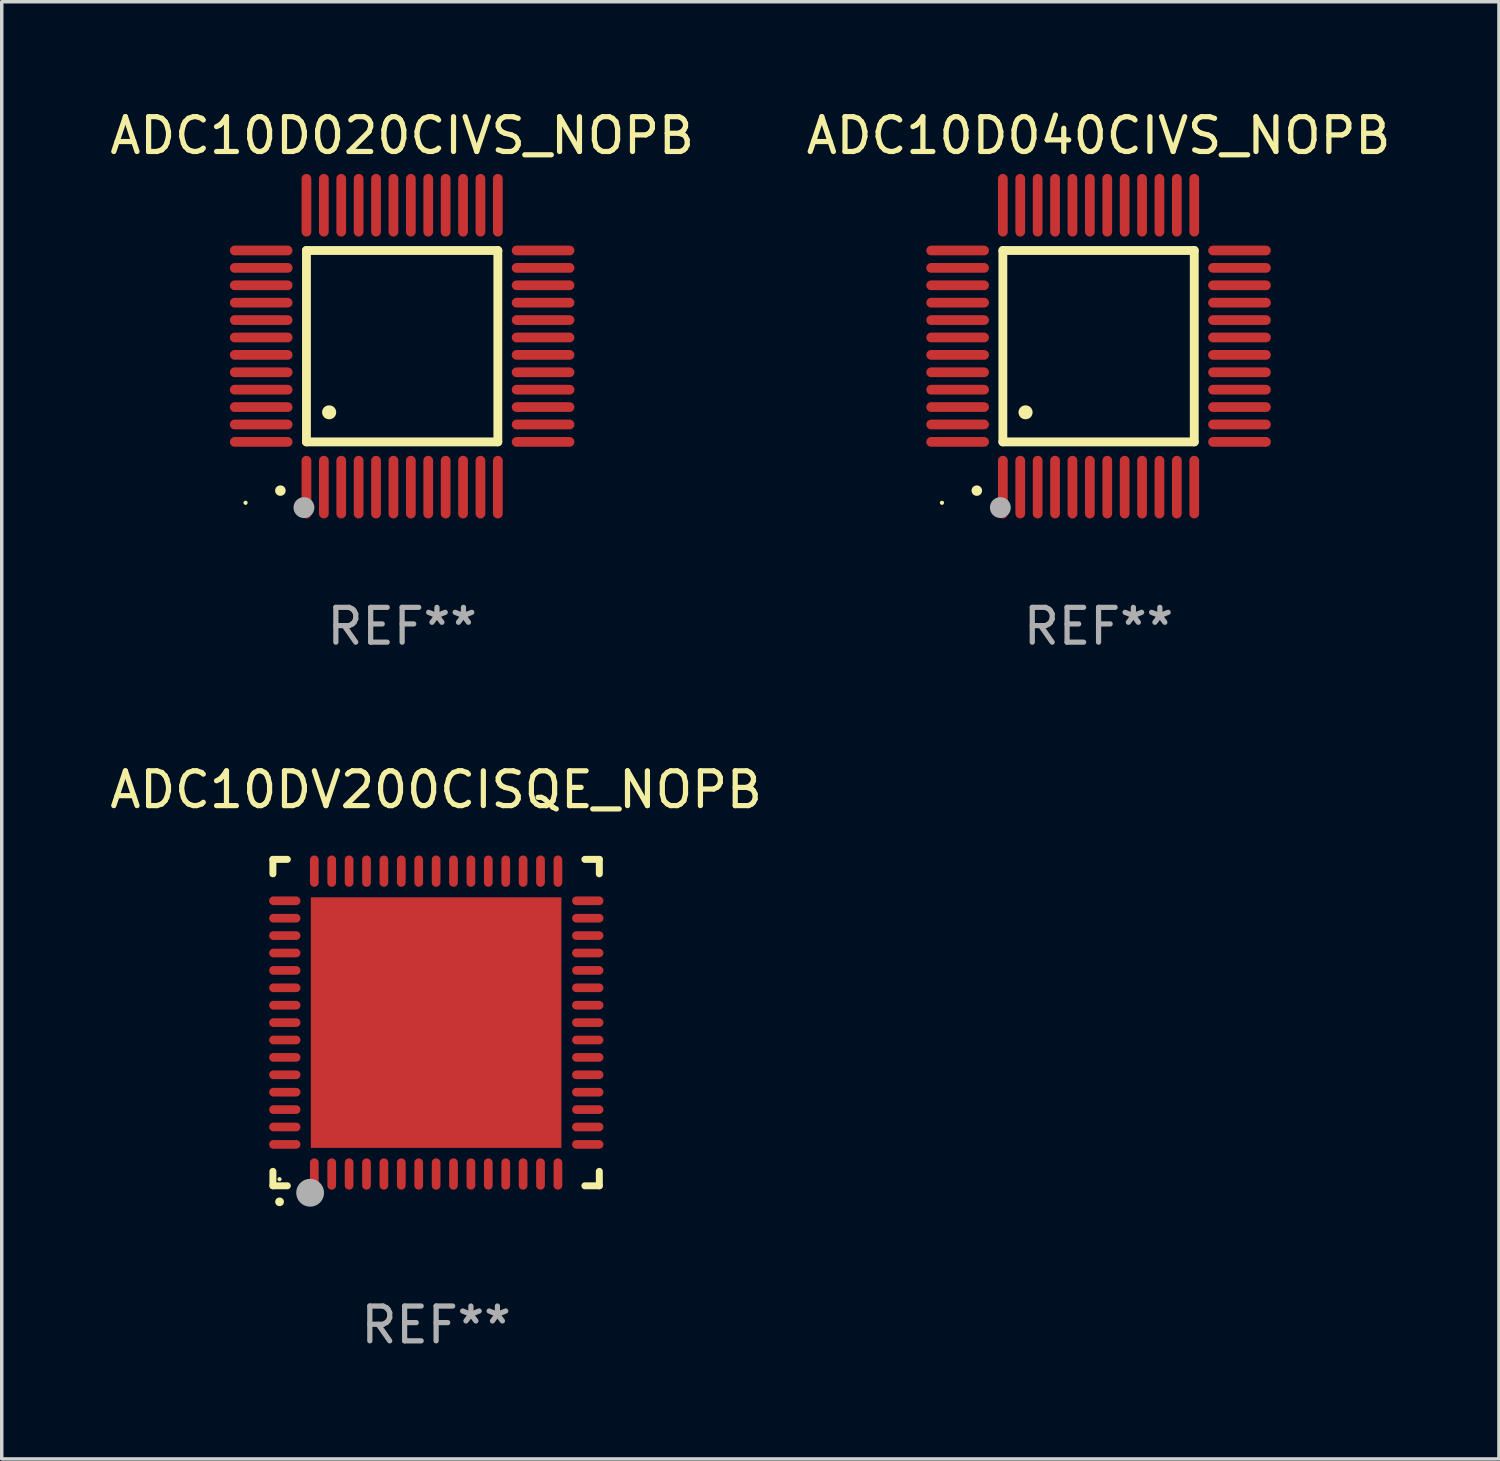
<source format=kicad_pcb>
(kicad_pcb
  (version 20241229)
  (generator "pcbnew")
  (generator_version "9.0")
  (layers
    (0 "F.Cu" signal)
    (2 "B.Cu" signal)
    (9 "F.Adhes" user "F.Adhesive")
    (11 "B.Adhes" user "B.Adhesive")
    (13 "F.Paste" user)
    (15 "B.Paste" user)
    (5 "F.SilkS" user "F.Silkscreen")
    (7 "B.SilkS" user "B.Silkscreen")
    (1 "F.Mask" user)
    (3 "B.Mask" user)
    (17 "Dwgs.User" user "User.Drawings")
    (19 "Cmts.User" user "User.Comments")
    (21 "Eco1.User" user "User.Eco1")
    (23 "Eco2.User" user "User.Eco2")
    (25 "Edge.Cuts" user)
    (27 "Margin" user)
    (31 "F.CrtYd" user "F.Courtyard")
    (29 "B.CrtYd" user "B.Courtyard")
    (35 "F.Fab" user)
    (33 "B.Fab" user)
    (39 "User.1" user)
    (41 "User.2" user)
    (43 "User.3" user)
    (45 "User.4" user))
  (footprint "ADC10D020CIVS_NOPB"
    (layer "F.Cu")
    (at 8.506 6.898)
    (property "Reference" "ADC10D020CIVS_NOPB" (at 0 -6.05 0) (layer "F.SilkS") (effects (font (size 1 1) (thickness 0.15))))
    (attr through_hole)
    (fp_line (start -2.75 -2.75) (end 2.75 -2.75) (stroke (width 0.254) (type solid)) (layer "F.SilkS"))
    (fp_line (start -2.75 2.75) (end -2.75 -2.75) (stroke (width 0.254) (type solid)) (layer "F.SilkS"))
    (fp_line (start 2.75 -2.75) (end 2.75 2.75) (stroke (width 0.254) (type solid)) (layer "F.SilkS"))
    (fp_line (start 2.75 2.75) (end -2.75 2.75) (stroke (width 0.254) (type solid)) (layer "F.SilkS"))
    (fp_arc (start -3.500127 4.150368) (mid -3.498857 4.150363) (end -3.497587 4.150368) (stroke (width 0.3) (type solid)) (layer "F.SilkS"))
    (fp_arc (start -2.100584 1.899924) (mid -2.098044 1.899908) (end -2.095504 1.899924) (stroke (width 0.4) (type solid)) (layer "F.SilkS"))
    (fp_circle (center -4.5 4.5) (end -4.47 4.5) (stroke (width 0.06) (type solid)) (fill no) (layer "F.SilkS"))
    (fp_circle (center -2.822 4.638) (end -2.672 4.638) (stroke (width 0.3) (type solid)) (fill no) (layer "F.Fab"))
    (fp_text user "REF**" (at 0 8.05 0) (layer "F.Fab") (effects (font (size 1 1) (thickness 0.15))))
    (pad "1" smd oval (at -2.75 4.05) (size 0.28 1.8) (layers "F.Cu" "F.Mask" "F.Paste"))
    (pad "2" smd oval (at -2.25 4.05) (size 0.28 1.8) (layers "F.Cu" "F.Mask" "F.Paste"))
    (pad "3" smd oval (at -1.75 4.05) (size 0.28 1.8) (layers "F.Cu" "F.Mask" "F.Paste"))
    (pad "4" smd oval (at -1.25 4.05) (size 0.28 1.8) (layers "F.Cu" "F.Mask" "F.Paste"))
    (pad "5" smd oval (at -0.75 4.05) (size 0.28 1.8) (layers "F.Cu" "F.Mask" "F.Paste"))
    (pad "6" smd oval (at -0.25 4.05) (size 0.28 1.8) (layers "F.Cu" "F.Mask" "F.Paste"))
    (pad "7" smd oval (at 0.25 4.05) (size 0.28 1.8) (layers "F.Cu" "F.Mask" "F.Paste"))
    (pad "8" smd oval (at 0.75 4.05) (size 0.28 1.8) (layers "F.Cu" "F.Mask" "F.Paste"))
    (pad "9" smd oval (at 1.25 4.05) (size 0.28 1.8) (layers "F.Cu" "F.Mask" "F.Paste"))
    (pad "10" smd oval (at 1.75 4.05) (size 0.28 1.8) (layers "F.Cu" "F.Mask" "F.Paste"))
    (pad "11" smd oval (at 2.25 4.05) (size 0.28 1.8) (layers "F.Cu" "F.Mask" "F.Paste"))
    (pad "12" smd oval (at 2.75 4.05) (size 0.28 1.8) (layers "F.Cu" "F.Mask" "F.Paste"))
    (pad "13" smd oval (at 4.05 2.75) (size 1.8 0.28) (layers "F.Cu" "F.Mask" "F.Paste"))
    (pad "14" smd oval (at 4.05 2.25) (size 1.8 0.28) (layers "F.Cu" "F.Mask" "F.Paste"))
    (pad "15" smd oval (at 4.05 1.75) (size 1.8 0.28) (layers "F.Cu" "F.Mask" "F.Paste"))
    (pad "16" smd oval (at 4.05 1.25) (size 1.8 0.28) (layers "F.Cu" "F.Mask" "F.Paste"))
    (pad "17" smd oval (at 4.05 0.75) (size 1.8 0.28) (layers "F.Cu" "F.Mask" "F.Paste"))
    (pad "18" smd oval (at 4.05 0.25) (size 1.8 0.28) (layers "F.Cu" "F.Mask" "F.Paste"))
    (pad "19" smd oval (at 4.05 -0.25) (size 1.8 0.28) (layers "F.Cu" "F.Mask" "F.Paste"))
    (pad "20" smd oval (at 4.05 -0.75) (size 1.8 0.28) (layers "F.Cu" "F.Mask" "F.Paste"))
    (pad "21" smd oval (at 4.05 -1.25) (size 1.8 0.28) (layers "F.Cu" "F.Mask" "F.Paste"))
    (pad "22" smd oval (at 4.05 -1.75) (size 1.8 0.28) (layers "F.Cu" "F.Mask" "F.Paste"))
    (pad "23" smd oval (at 4.05 -2.25) (size 1.8 0.28) (layers "F.Cu" "F.Mask" "F.Paste"))
    (pad "24" smd oval (at 4.05 -2.75) (size 1.8 0.28) (layers "F.Cu" "F.Mask" "F.Paste"))
    (pad "25" smd oval (at 2.75 -4.05) (size 0.28 1.8) (layers "F.Cu" "F.Mask" "F.Paste"))
    (pad "26" smd oval (at 2.25 -4.05) (size 0.28 1.8) (layers "F.Cu" "F.Mask" "F.Paste"))
    (pad "27" smd oval (at 1.75 -4.05) (size 0.28 1.8) (layers "F.Cu" "F.Mask" "F.Paste"))
    (pad "28" smd oval (at 1.25 -4.05) (size 0.28 1.8) (layers "F.Cu" "F.Mask" "F.Paste"))
    (pad "29" smd oval (at 0.75 -4.05) (size 0.28 1.8) (layers "F.Cu" "F.Mask" "F.Paste"))
    (pad "30" smd oval (at 0.25 -4.05) (size 0.28 1.8) (layers "F.Cu" "F.Mask" "F.Paste"))
    (pad "31" smd oval (at -0.25 -4.05) (size 0.28 1.8) (layers "F.Cu" "F.Mask" "F.Paste"))
    (pad "32" smd oval (at -0.75 -4.05) (size 0.28 1.8) (layers "F.Cu" "F.Mask" "F.Paste"))
    (pad "33" smd oval (at -1.25 -4.05) (size 0.28 1.8) (layers "F.Cu" "F.Mask" "F.Paste"))
    (pad "34" smd oval (at -1.75 -4.05) (size 0.28 1.8) (layers "F.Cu" "F.Mask" "F.Paste"))
    (pad "35" smd oval (at -2.25 -4.05) (size 0.28 1.8) (layers "F.Cu" "F.Mask" "F.Paste"))
    (pad "36" smd oval (at -2.75 -4.05) (size 0.28 1.8) (layers "F.Cu" "F.Mask" "F.Paste"))
    (pad "37" smd oval (at -4.05 -2.75) (size 1.8 0.28) (layers "F.Cu" "F.Mask" "F.Paste"))
    (pad "38" smd oval (at -4.05 -2.25) (size 1.8 0.28) (layers "F.Cu" "F.Mask" "F.Paste"))
    (pad "39" smd oval (at -4.05 -1.75) (size 1.8 0.28) (layers "F.Cu" "F.Mask" "F.Paste"))
    (pad "40" smd oval (at -4.05 -1.25) (size 1.8 0.28) (layers "F.Cu" "F.Mask" "F.Paste"))
    (pad "41" smd oval (at -4.05 -0.75) (size 1.8 0.28) (layers "F.Cu" "F.Mask" "F.Paste"))
    (pad "42" smd oval (at -4.05 -0.25) (size 1.8 0.28) (layers "F.Cu" "F.Mask" "F.Paste"))
    (pad "43" smd oval (at -4.05 0.25) (size 1.8 0.28) (layers "F.Cu" "F.Mask" "F.Paste"))
    (pad "44" smd oval (at -4.05 0.75) (size 1.8 0.28) (layers "F.Cu" "F.Mask" "F.Paste"))
    (pad "45" smd oval (at -4.05 1.25) (size 1.8 0.28) (layers "F.Cu" "F.Mask" "F.Paste"))
    (pad "46" smd oval (at -4.05 1.75) (size 1.8 0.28) (layers "F.Cu" "F.Mask" "F.Paste"))
    (pad "47" smd oval (at -4.05 2.25) (size 1.8 0.28) (layers "F.Cu" "F.Mask" "F.Paste"))
    (pad "48" smd oval (at -4.05 2.75) (size 1.8 0.28) (layers "F.Cu" "F.Mask" "F.Paste")))
  (footprint "ADC10D040CIVS_NOPB"
    (layer "F.Cu")
    (at 28.518 6.898)
    (property "Reference" "ADC10D040CIVS_NOPB" (at 0 -6.05 0) (layer "F.SilkS") (effects (font (size 1 1) (thickness 0.15))))
    (attr through_hole)
    (fp_line (start -2.75 -2.75) (end 2.75 -2.75) (stroke (width 0.254) (type solid)) (layer "F.SilkS"))
    (fp_line (start -2.75 2.75) (end -2.75 -2.75) (stroke (width 0.254) (type solid)) (layer "F.SilkS"))
    (fp_line (start 2.75 -2.75) (end 2.75 2.75) (stroke (width 0.254) (type solid)) (layer "F.SilkS"))
    (fp_line (start 2.75 2.75) (end -2.75 2.75) (stroke (width 0.254) (type solid)) (layer "F.SilkS"))
    (fp_arc (start -3.500127 4.150368) (mid -3.498857 4.150363) (end -3.497587 4.150368) (stroke (width 0.3) (type solid)) (layer "F.SilkS"))
    (fp_arc (start -2.100584 1.899924) (mid -2.098044 1.899908) (end -2.095504 1.899924) (stroke (width 0.4) (type solid)) (layer "F.SilkS"))
    (fp_circle (center -4.5 4.5) (end -4.47 4.5) (stroke (width 0.06) (type solid)) (fill no) (layer "F.SilkS"))
    (fp_circle (center -2.822 4.638) (end -2.672 4.638) (stroke (width 0.3) (type solid)) (fill no) (layer "F.Fab"))
    (fp_text user "REF**" (at 0 8.05 0) (layer "F.Fab") (effects (font (size 1 1) (thickness 0.15))))
    (pad "1" smd oval (at -2.75 4.05) (size 0.28 1.8) (layers "F.Cu" "F.Mask" "F.Paste"))
    (pad "2" smd oval (at -2.25 4.05) (size 0.28 1.8) (layers "F.Cu" "F.Mask" "F.Paste"))
    (pad "3" smd oval (at -1.75 4.05) (size 0.28 1.8) (layers "F.Cu" "F.Mask" "F.Paste"))
    (pad "4" smd oval (at -1.25 4.05) (size 0.28 1.8) (layers "F.Cu" "F.Mask" "F.Paste"))
    (pad "5" smd oval (at -0.75 4.05) (size 0.28 1.8) (layers "F.Cu" "F.Mask" "F.Paste"))
    (pad "6" smd oval (at -0.25 4.05) (size 0.28 1.8) (layers "F.Cu" "F.Mask" "F.Paste"))
    (pad "7" smd oval (at 0.25 4.05) (size 0.28 1.8) (layers "F.Cu" "F.Mask" "F.Paste"))
    (pad "8" smd oval (at 0.75 4.05) (size 0.28 1.8) (layers "F.Cu" "F.Mask" "F.Paste"))
    (pad "9" smd oval (at 1.25 4.05) (size 0.28 1.8) (layers "F.Cu" "F.Mask" "F.Paste"))
    (pad "10" smd oval (at 1.75 4.05) (size 0.28 1.8) (layers "F.Cu" "F.Mask" "F.Paste"))
    (pad "11" smd oval (at 2.25 4.05) (size 0.28 1.8) (layers "F.Cu" "F.Mask" "F.Paste"))
    (pad "12" smd oval (at 2.75 4.05) (size 0.28 1.8) (layers "F.Cu" "F.Mask" "F.Paste"))
    (pad "13" smd oval (at 4.05 2.75) (size 1.8 0.28) (layers "F.Cu" "F.Mask" "F.Paste"))
    (pad "14" smd oval (at 4.05 2.25) (size 1.8 0.28) (layers "F.Cu" "F.Mask" "F.Paste"))
    (pad "15" smd oval (at 4.05 1.75) (size 1.8 0.28) (layers "F.Cu" "F.Mask" "F.Paste"))
    (pad "16" smd oval (at 4.05 1.25) (size 1.8 0.28) (layers "F.Cu" "F.Mask" "F.Paste"))
    (pad "17" smd oval (at 4.05 0.75) (size 1.8 0.28) (layers "F.Cu" "F.Mask" "F.Paste"))
    (pad "18" smd oval (at 4.05 0.25) (size 1.8 0.28) (layers "F.Cu" "F.Mask" "F.Paste"))
    (pad "19" smd oval (at 4.05 -0.25) (size 1.8 0.28) (layers "F.Cu" "F.Mask" "F.Paste"))
    (pad "20" smd oval (at 4.05 -0.75) (size 1.8 0.28) (layers "F.Cu" "F.Mask" "F.Paste"))
    (pad "21" smd oval (at 4.05 -1.25) (size 1.8 0.28) (layers "F.Cu" "F.Mask" "F.Paste"))
    (pad "22" smd oval (at 4.05 -1.75) (size 1.8 0.28) (layers "F.Cu" "F.Mask" "F.Paste"))
    (pad "23" smd oval (at 4.05 -2.25) (size 1.8 0.28) (layers "F.Cu" "F.Mask" "F.Paste"))
    (pad "24" smd oval (at 4.05 -2.75) (size 1.8 0.28) (layers "F.Cu" "F.Mask" "F.Paste"))
    (pad "25" smd oval (at 2.75 -4.05) (size 0.28 1.8) (layers "F.Cu" "F.Mask" "F.Paste"))
    (pad "26" smd oval (at 2.25 -4.05) (size 0.28 1.8) (layers "F.Cu" "F.Mask" "F.Paste"))
    (pad "27" smd oval (at 1.75 -4.05) (size 0.28 1.8) (layers "F.Cu" "F.Mask" "F.Paste"))
    (pad "28" smd oval (at 1.25 -4.05) (size 0.28 1.8) (layers "F.Cu" "F.Mask" "F.Paste"))
    (pad "29" smd oval (at 0.75 -4.05) (size 0.28 1.8) (layers "F.Cu" "F.Mask" "F.Paste"))
    (pad "30" smd oval (at 0.25 -4.05) (size 0.28 1.8) (layers "F.Cu" "F.Mask" "F.Paste"))
    (pad "31" smd oval (at -0.25 -4.05) (size 0.28 1.8) (layers "F.Cu" "F.Mask" "F.Paste"))
    (pad "32" smd oval (at -0.75 -4.05) (size 0.28 1.8) (layers "F.Cu" "F.Mask" "F.Paste"))
    (pad "33" smd oval (at -1.25 -4.05) (size 0.28 1.8) (layers "F.Cu" "F.Mask" "F.Paste"))
    (pad "34" smd oval (at -1.75 -4.05) (size 0.28 1.8) (layers "F.Cu" "F.Mask" "F.Paste"))
    (pad "35" smd oval (at -2.25 -4.05) (size 0.28 1.8) (layers "F.Cu" "F.Mask" "F.Paste"))
    (pad "36" smd oval (at -2.75 -4.05) (size 0.28 1.8) (layers "F.Cu" "F.Mask" "F.Paste"))
    (pad "37" smd oval (at -4.05 -2.75) (size 1.8 0.28) (layers "F.Cu" "F.Mask" "F.Paste"))
    (pad "38" smd oval (at -4.05 -2.25) (size 1.8 0.28) (layers "F.Cu" "F.Mask" "F.Paste"))
    (pad "39" smd oval (at -4.05 -1.75) (size 1.8 0.28) (layers "F.Cu" "F.Mask" "F.Paste"))
    (pad "40" smd oval (at -4.05 -1.25) (size 1.8 0.28) (layers "F.Cu" "F.Mask" "F.Paste"))
    (pad "41" smd oval (at -4.05 -0.75) (size 1.8 0.28) (layers "F.Cu" "F.Mask" "F.Paste"))
    (pad "42" smd oval (at -4.05 -0.25) (size 1.8 0.28) (layers "F.Cu" "F.Mask" "F.Paste"))
    (pad "43" smd oval (at -4.05 0.25) (size 1.8 0.28) (layers "F.Cu" "F.Mask" "F.Paste"))
    (pad "44" smd oval (at -4.05 0.75) (size 1.8 0.28) (layers "F.Cu" "F.Mask" "F.Paste"))
    (pad "45" smd oval (at -4.05 1.25) (size 1.8 0.28) (layers "F.Cu" "F.Mask" "F.Paste"))
    (pad "46" smd oval (at -4.05 1.75) (size 1.8 0.28) (layers "F.Cu" "F.Mask" "F.Paste"))
    (pad "47" smd oval (at -4.05 2.25) (size 1.8 0.28) (layers "F.Cu" "F.Mask" "F.Paste"))
    (pad "48" smd oval (at -4.05 2.75) (size 1.8 0.28) (layers "F.Cu" "F.Mask" "F.Paste")))
  (footprint "ADC10DV200CISQE_NOPB"
    (layer "F.Cu")
    (at 9.482 26.335)
    (property "Reference" "ADC10DV200CISQE_NOPB" (at 0 -6.69 0) (layer "F.SilkS") (effects (font (size 1 1) (thickness 0.15))))
    (attr through_hole)
    (fp_line (start -4.69 -4.69) (end -4.275 -4.69) (stroke (width 0.2) (type solid)) (layer "F.SilkS"))
    (fp_line (start -4.69 -4.275) (end -4.69 -4.69) (stroke (width 0.2) (type solid)) (layer "F.SilkS"))
    (fp_line (start -4.69 4.69) (end -4.69 4.275) (stroke (width 0.2) (type solid)) (layer "F.SilkS"))
    (fp_line (start -4.275 4.69) (end -4.69 4.69) (stroke (width 0.2) (type solid)) (layer "F.SilkS"))
    (fp_line (start 4.275 4.69) (end 4.69 4.69) (stroke (width 0.2) (type solid)) (layer "F.SilkS"))
    (fp_line (start 4.69 -4.69) (end 4.275 -4.69) (stroke (width 0.2) (type solid)) (layer "F.SilkS"))
    (fp_line (start 4.69 -4.275) (end 4.69 -4.69) (stroke (width 0.2) (type solid)) (layer "F.SilkS"))
    (fp_line (start 4.69 4.69) (end 4.69 4.275) (stroke (width 0.2) (type solid)) (layer "F.SilkS"))
    (fp_arc (start -4.499886 5.15) (mid -4.498616 5.149994) (end -4.497346 5.15) (stroke (width 0.24892) (type solid)) (layer "F.SilkS"))
    (fp_circle (center -4.5 4.5) (end -4.47 4.5) (stroke (width 0.06) (type solid)) (fill no) (layer "F.SilkS"))
    (fp_circle (center -3.62 4.89) (end -3.42 4.89) (stroke (width 0.4) (type solid)) (fill no) (layer "F.Fab"))
    (fp_text user "REF**" (at 0 8.69 0) (layer "F.Fab") (effects (font (size 1 1) (thickness 0.15))))
    (pad "1" smd oval (at -3.5 4.351 90) (size 0.9 0.25) (layers "F.Cu" "F.Mask" "F.Paste"))
    (pad "2" smd oval (at -3 4.351 90) (size 0.9 0.25) (layers "F.Cu" "F.Mask" "F.Paste"))
    (pad "3" smd oval (at -2.5 4.351 90) (size 0.9 0.25) (layers "F.Cu" "F.Mask" "F.Paste"))
    (pad "4" smd oval (at -2 4.351 90) (size 0.9 0.25) (layers "F.Cu" "F.Mask" "F.Paste"))
    (pad "5" smd oval (at -1.5 4.351 90) (size 0.9 0.25) (layers "F.Cu" "F.Mask" "F.Paste"))
    (pad "6" smd oval (at -1 4.351 90) (size 0.9 0.25) (layers "F.Cu" "F.Mask" "F.Paste"))
    (pad "7" smd oval (at -0.5 4.351 90) (size 0.9 0.25) (layers "F.Cu" "F.Mask" "F.Paste"))
    (pad "8" smd oval (at 0.000114 4.351 90) (size 0.9 0.25) (layers "F.Cu" "F.Mask" "F.Paste"))
    (pad "9" smd oval (at 0.5 4.351 90) (size 0.9 0.25) (layers "F.Cu" "F.Mask" "F.Paste"))
    (pad "10" smd oval (at 1 4.351 90) (size 0.9 0.25) (layers "F.Cu" "F.Mask" "F.Paste"))
    (pad "11" smd oval (at 1.5 4.351 90) (size 0.9 0.25) (layers "F.Cu" "F.Mask" "F.Paste"))
    (pad "12" smd oval (at 2 4.351 90) (size 0.9 0.25) (layers "F.Cu" "F.Mask" "F.Paste"))
    (pad "13" smd oval (at 2.5 4.351 90) (size 0.9 0.25) (layers "F.Cu" "F.Mask" "F.Paste"))
    (pad "14" smd oval (at 3 4.351 90) (size 0.9 0.25) (layers "F.Cu" "F.Mask" "F.Paste"))
    (pad "15" smd oval (at 3.5 4.351 90) (size 0.9 0.25) (layers "F.Cu" "F.Mask" "F.Paste"))
    (pad "16" smd oval (at 4.358 3.5 180) (size 0.9 0.25) (layers "F.Cu" "F.Mask" "F.Paste"))
    (pad "17" smd oval (at 4.358 3 180) (size 0.9 0.25) (layers "F.Cu" "F.Mask" "F.Paste"))
    (pad "18" smd oval (at 4.358 2.5 180) (size 0.9 0.25) (layers "F.Cu" "F.Mask" "F.Paste"))
    (pad "19" smd oval (at 4.358 2 180) (size 0.9 0.25) (layers "F.Cu" "F.Mask" "F.Paste"))
    (pad "20" smd oval (at 4.358 1.5 180) (size 0.9 0.25) (layers "F.Cu" "F.Mask" "F.Paste"))
    (pad "21" smd oval (at 4.358 1 180) (size 0.9 0.25) (layers "F.Cu" "F.Mask" "F.Paste"))
    (pad "22" smd oval (at 4.358 0.5 180) (size 0.9 0.25) (layers "F.Cu" "F.Mask" "F.Paste"))
    (pad "23" smd oval (at 4.358 0.000013 180) (size 0.9 0.25) (layers "F.Cu" "F.Mask" "F.Paste"))
    (pad "24" smd oval (at 4.358 -0.5 180) (size 0.9 0.25) (layers "F.Cu" "F.Mask" "F.Paste"))
    (pad "25" smd oval (at 4.358 -1 180) (size 0.9 0.25) (layers "F.Cu" "F.Mask" "F.Paste"))
    (pad "26" smd oval (at 4.358 -1.5 180) (size 0.9 0.25) (layers "F.Cu" "F.Mask" "F.Paste"))
    (pad "27" smd oval (at 4.358 -2 180) (size 0.9 0.25) (layers "F.Cu" "F.Mask" "F.Paste"))
    (pad "28" smd oval (at 4.358 -2.5 180) (size 0.9 0.25) (layers "F.Cu" "F.Mask" "F.Paste"))
    (pad "29" smd oval (at 4.358 -3 180) (size 0.9 0.25) (layers "F.Cu" "F.Mask" "F.Paste"))
    (pad "30" smd oval (at 4.358 -3.5 180) (size 0.9 0.25) (layers "F.Cu" "F.Mask" "F.Paste"))
    (pad "31" smd oval (at 3.5 -4.352 270) (size 0.9 0.25) (layers "F.Cu" "F.Mask" "F.Paste"))
    (pad "32" smd oval (at 3 -4.352 270) (size 0.9 0.25) (layers "F.Cu" "F.Mask" "F.Paste"))
    (pad "33" smd oval (at 2.5 -4.352 270) (size 0.9 0.25) (layers "F.Cu" "F.Mask" "F.Paste"))
    (pad "34" smd oval (at 2 -4.352 270) (size 0.9 0.25) (layers "F.Cu" "F.Mask" "F.Paste"))
    (pad "35" smd oval (at 1.5 -4.352 270) (size 0.9 0.25) (layers "F.Cu" "F.Mask" "F.Paste"))
    (pad "36" smd oval (at 1 -4.352 270) (size 0.9 0.25) (layers "F.Cu" "F.Mask" "F.Paste"))
    (pad "37" smd oval (at 0.5 -4.352 270) (size 0.9 0.25) (layers "F.Cu" "F.Mask" "F.Paste"))
    (pad "38" smd oval (at 0.000114 -4.352 270) (size 0.9 0.25) (layers "F.Cu" "F.Mask" "F.Paste"))
    (pad "39" smd oval (at -0.5 -4.352 270) (size 0.9 0.25) (layers "F.Cu" "F.Mask" "F.Paste"))
    (pad "40" smd oval (at -1 -4.352 270) (size 0.9 0.25) (layers "F.Cu" "F.Mask" "F.Paste"))
    (pad "41" smd oval (at -1.5 -4.352 270) (size 0.9 0.25) (layers "F.Cu" "F.Mask" "F.Paste"))
    (pad "42" smd oval (at -2 -4.352 270) (size 0.9 0.25) (layers "F.Cu" "F.Mask" "F.Paste"))
    (pad "43" smd oval (at -2.5 -4.352 270) (size 0.9 0.25) (layers "F.Cu" "F.Mask" "F.Paste"))
    (pad "44" smd oval (at -3 -4.352 270) (size 0.9 0.25) (layers "F.Cu" "F.Mask" "F.Paste"))
    (pad "45" smd oval (at -3.5 -4.352 270) (size 0.9 0.25) (layers "F.Cu" "F.Mask" "F.Paste"))
    (pad "46" smd oval (at -4.348 -3.5) (size 0.9 0.25) (layers "F.Cu" "F.Mask" "F.Paste"))
    (pad "47" smd oval (at -4.348 -3) (size 0.9 0.25) (layers "F.Cu" "F.Mask" "F.Paste"))
    (pad "48" smd oval (at -4.348 -2.5) (size 0.9 0.25) (layers "F.Cu" "F.Mask" "F.Paste"))
    (pad "49" smd oval (at -4.348 -2) (size 0.9 0.25) (layers "F.Cu" "F.Mask" "F.Paste"))
    (pad "50" smd oval (at -4.348 -1.5) (size 0.9 0.25) (layers "F.Cu" "F.Mask" "F.Paste"))
    (pad "51" smd oval (at -4.348 -1) (size 0.9 0.25) (layers "F.Cu" "F.Mask" "F.Paste"))
    (pad "52" smd oval (at -4.348 -0.5) (size 0.9 0.25) (layers "F.Cu" "F.Mask" "F.Paste"))
    (pad "53" smd oval (at -4.348 0.000013) (size 0.9 0.25) (layers "F.Cu" "F.Mask" "F.Paste"))
    (pad "54" smd oval (at -4.348 0.5) (size 0.9 0.25) (layers "F.Cu" "F.Mask" "F.Paste"))
    (pad "55" smd oval (at -4.348 1) (size 0.9 0.25) (layers "F.Cu" "F.Mask" "F.Paste"))
    (pad "56" smd oval (at -4.348 1.5) (size 0.9 0.25) (layers "F.Cu" "F.Mask" "F.Paste"))
    (pad "57" smd oval (at -4.348 2) (size 0.9 0.25) (layers "F.Cu" "F.Mask" "F.Paste"))
    (pad "58" smd oval (at -4.348 2.5) (size 0.9 0.25) (layers "F.Cu" "F.Mask" "F.Paste"))
    (pad "59" smd oval (at -4.348 3) (size 0.9 0.25) (layers "F.Cu" "F.Mask" "F.Paste"))
    (pad "60" smd oval (at -4.348 3.5) (size 0.9 0.25) (layers "F.Cu" "F.Mask" "F.Paste"))
    (pad "61" smd rect (at 0.000114 0.000013) (size 7.2 7.2) (layers "F.Cu" "F.Mask" "F.Paste")))
  (gr_rect
    (start -3 -3)
    (end 40.024 38.873)
    (stroke (width 0.1) (type default))
    (fill no)
    (layer "Edge.Cuts")))
</source>
